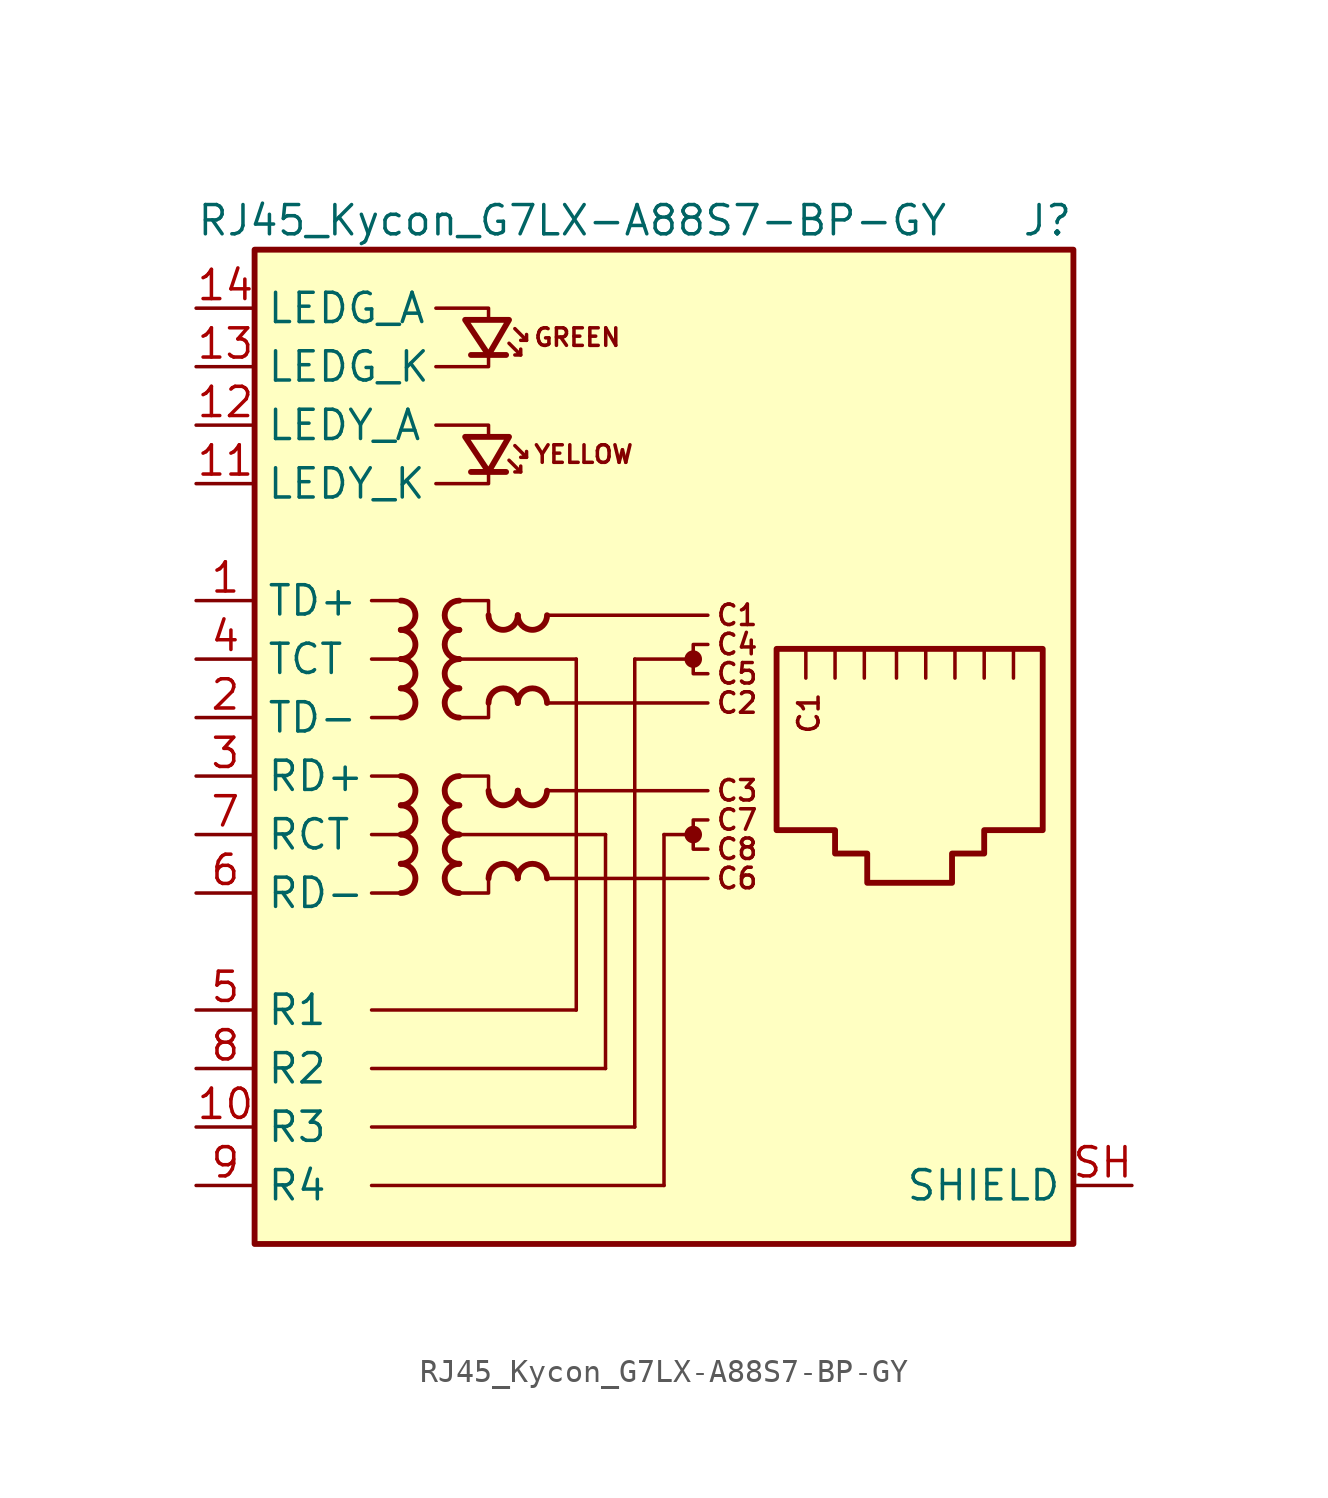
<source format=kicad_sym>
(kicad_symbol_lib
  (version 20241209)
  (generator "kicad_symbol_editor")
  (generator_version "9.0")
  (symbol "RJ45_Kycon_G7LX-A88S7-BP-GY"
    (property "Reference" "J"
      (at 17.78 24.13 0)
      (effects (font (size 1.27 1.27)) (justify right)))
    (property "Value" "RJ45_Kycon_G7LX-A88S7-BP-GY"
      (at -20.32 24.13 0)
      (effects (font (size 1.27 1.27)) (justify left)))
    (symbol "RJ45_Kycon_G7LX-A88S7-BP-GY_0_0"
      (polyline (pts (xy -9.906 20.32) (xy -7.62 20.32) (xy -7.62 19.812)) (stroke (width 0) (type default)) (fill (type none)))
      (polyline (pts (xy -9.906 15.24) (xy -7.62 15.24) (xy -7.62 14.732)) (stroke (width 0) (type default)) (fill (type none)))
      (polyline (pts (xy -9.906 12.7) (xy -7.62 12.7) (xy -7.62 13.335)) (stroke (width 0) (type default)) (fill (type none)))
      (polyline (pts (xy -7.62 18.415) (xy -7.62 17.78) (xy -9.906 17.78)) (stroke (width 0) (type default)) (fill (type none)))
      (polyline (pts (xy -3.81 5.08) (xy -3.81 -10.16)) (stroke (width 0) (type default)) (fill (type none)))
      (polyline (pts (xy -2.54 -12.7) (xy -2.54 -2.54)) (stroke (width 0) (type default)) (fill (type none)))
      (polyline (pts (xy -1.27 -15.24) (xy -1.27 5.08)) (stroke (width 0) (type default)) (fill (type none)))
      (polyline (pts (xy 0 -17.78) (xy 0 -2.54)) (stroke (width 0) (type default)) (fill (type none)))
      (polyline (pts (xy 1.27 5.08) (xy -1.27 5.08)) (stroke (width 0) (type default)) (fill (type none)))
      (circle (center 1.27 5.08) (radius 0.254) (stroke (width 0.254) (type default)) (fill (type outline)))
      (polyline (pts (xy 1.27 -2.54) (xy 0 -2.54)) (stroke (width 0) (type default)) (fill (type none)))
      (circle (center 1.27 -2.54) (radius 0.254) (stroke (width 0.254) (type default)) (fill (type outline)))
      (polyline (pts (xy 1.905 5.715) (xy 1.27 5.715) (xy 1.27 4.445) (xy 1.905 4.445)) (stroke (width 0) (type default)) (fill (type none)))
      (polyline (pts (xy 1.905 -1.905) (xy 1.27 -1.905) (xy 1.27 -3.175) (xy 1.905 -3.175)) (stroke (width 0) (type default)) (fill (type none)))
      (text "GREEN" (at -5.715 19.05 0) (effects (font (size 0.762 0.762)) (justify left)))
      (text "YELLOW" (at -5.715 13.97 0) (effects (font (size 0.762 0.762)) (justify left)))
      (text "C1" (at 3.175 6.985 0) (effects (font (size 0.889 0.889))))
      (text "C4" (at 3.175 5.715 0) (effects (font (size 0.889 0.889))))
      (text "C5" (at 3.175 4.445 0) (effects (font (size 0.889 0.889))))
      (text "C2" (at 3.175 3.175 0) (effects (font (size 0.889 0.889))))
      (text "C3" (at 3.175 -0.635 0) (effects (font (size 0.889 0.889))))
      (text "C7" (at 3.175 -1.905 0) (effects (font (size 0.889 0.889))))
      (text "C8" (at 3.175 -3.175 0) (effects (font (size 0.889 0.889))))
      (text "C6" (at 3.175 -4.445 0) (effects (font (size 0.889 0.889))))
      (text "C1" (at 6.287 2.731 900) (effects (font (size 0.889 0.889)))))
    (symbol "RJ45_Kycon_G7LX-A88S7-BP-GY_0_1"
      (rectangle (start -17.78 22.86) (end 17.78 -20.32) (stroke (width 0.254) (type default)) (fill (type background)))
      (polyline (pts (xy -12.7 -10.16) (xy -3.81 -10.16)) (stroke (width 0) (type default)) (fill (type none)))
      (polyline (pts (xy -12.7 -12.7) (xy -2.54 -12.7)) (stroke (width 0) (type default)) (fill (type none)))
      (polyline (pts (xy -12.7 -15.24) (xy -1.27 -15.24)) (stroke (width 0) (type default)) (fill (type none)))
      (polyline (pts (xy -12.7 -17.78) (xy 0 -17.78)) (stroke (width 0) (type default)) (fill (type none)))
      (arc (start -11.43 7.62) (mid -10.7977 6.985) (end -11.43 6.35) (stroke (width 0.254) (type default)) (fill (type none)))
      (arc (start -11.43 6.35) (mid -10.7977 5.715) (end -11.43 5.08) (stroke (width 0.254) (type default)) (fill (type none)))
      (arc (start -11.43 5.08) (mid -10.7977 4.445) (end -11.43 3.81) (stroke (width 0.254) (type default)) (fill (type none)))
      (arc (start -11.43 3.81) (mid -10.7977 3.175) (end -11.43 2.54) (stroke (width 0.254) (type default)) (fill (type none)))
      (arc (start -11.43 0) (mid -10.7977 -0.635) (end -11.43 -1.27) (stroke (width 0.254) (type default)) (fill (type none)))
      (arc (start -11.43 -1.27) (mid -10.7977 -1.905) (end -11.43 -2.54) (stroke (width 0.254) (type default)) (fill (type none)))
      (arc (start -11.43 -2.54) (mid -10.7977 -3.175) (end -11.43 -3.81) (stroke (width 0.254) (type default)) (fill (type none)))
      (arc (start -11.43 -3.81) (mid -10.7977 -4.445) (end -11.43 -5.08) (stroke (width 0.254) (type default)) (fill (type none)))
      (polyline (pts (xy -11.43 7.62) (xy -12.7 7.62)) (stroke (width 0) (type default)) (fill (type none)))
      (polyline (pts (xy -11.43 5.08) (xy -12.7 5.08)) (stroke (width 0) (type default)) (fill (type none)))
      (polyline (pts (xy -11.43 2.54) (xy -12.7 2.54)) (stroke (width 0) (type default)) (fill (type none)))
      (polyline (pts (xy -11.43 0) (xy -12.7 0)) (stroke (width 0) (type default)) (fill (type none)))
      (polyline (pts (xy -11.43 -2.54) (xy -12.7 -2.54)) (stroke (width 0) (type default)) (fill (type none)))
      (polyline (pts (xy -11.43 -5.08) (xy -12.7 -5.08)) (stroke (width 0) (type default)) (fill (type none)))
      (polyline (pts (xy -8.89 7.62) (xy -7.62 7.62) (xy -7.62 6.985)) (stroke (width 0) (type default)) (fill (type none)))
      (polyline (pts (xy -8.89 0) (xy -7.62 0) (xy -7.62 -0.635)) (stroke (width 0) (type default)) (fill (type none)))
      (arc (start -8.89 6.35) (mid -9.5223 6.985) (end -8.89 7.62) (stroke (width 0.254) (type default)) (fill (type none)))
      (arc (start -8.89 5.08) (mid -9.5223 5.715) (end -8.89 6.35) (stroke (width 0.254) (type default)) (fill (type none)))
      (arc (start -8.89 3.81) (mid -9.5223 4.445) (end -8.89 5.08) (stroke (width 0.254) (type default)) (fill (type none)))
      (arc (start -8.89 2.54) (mid -9.5223 3.175) (end -8.89 3.81) (stroke (width 0.254) (type default)) (fill (type none)))
      (arc (start -8.89 -1.27) (mid -9.5223 -0.635) (end -8.89 0) (stroke (width 0.254) (type default)) (fill (type none)))
      (arc (start -8.89 -2.54) (mid -9.5223 -1.905) (end -8.89 -1.27) (stroke (width 0.254) (type default)) (fill (type none)))
      (arc (start -8.89 -3.81) (mid -9.5223 -3.175) (end -8.89 -2.54) (stroke (width 0.254) (type default)) (fill (type none)))
      (arc (start -8.89 -5.08) (mid -9.5223 -4.445) (end -8.89 -3.81) (stroke (width 0.254) (type default)) (fill (type none)))
      (polyline (pts (xy -7.62 3.175) (xy -7.62 2.54) (xy -8.89 2.54)) (stroke (width 0) (type default)) (fill (type none)))
      (polyline (pts (xy -7.62 -4.445) (xy -7.62 -5.08) (xy -8.89 -5.08)) (stroke (width 0) (type default)) (fill (type none)))
      (arc (start -6.35 6.985) (mid -6.985 6.3527) (end -7.62 6.985) (stroke (width 0.254) (type default)) (fill (type none)))
      (arc (start -7.62 3.175) (mid -6.985 3.8073) (end -6.35 3.175) (stroke (width 0.254) (type default)) (fill (type none)))
      (arc (start -6.35 -0.635) (mid -6.985 -1.2673) (end -7.62 -0.635) (stroke (width 0.254) (type default)) (fill (type none)))
      (arc (start -7.62 -4.445) (mid -6.985 -3.8127) (end -6.35 -4.445) (stroke (width 0.254) (type default)) (fill (type none)))
      (arc (start -5.08 6.985) (mid -5.715 6.3527) (end -6.35 6.985) (stroke (width 0.254) (type default)) (fill (type none)))
      (arc (start -6.35 3.175) (mid -5.715 3.8073) (end -5.08 3.175) (stroke (width 0.254) (type default)) (fill (type none)))
      (arc (start -5.08 -0.635) (mid -5.715 -1.2673) (end -6.35 -0.635) (stroke (width 0.254) (type default)) (fill (type none)))
      (arc (start -6.35 -4.445) (mid -5.715 -3.8127) (end -5.08 -4.445) (stroke (width 0.254) (type default)) (fill (type none)))
      (polyline (pts (xy -5.08 6.985) (xy 1.905 6.985)) (stroke (width 0) (type default)) (fill (type none)))
      (polyline (pts (xy -5.08 3.175) (xy 1.905 3.175)) (stroke (width 0) (type default)) (fill (type none)))
      (polyline (pts (xy -5.08 -0.635) (xy 1.905 -0.635)) (stroke (width 0) (type default)) (fill (type none)))
      (polyline (pts (xy -5.08 -4.445) (xy 1.905 -4.445)) (stroke (width 0) (type default)) (fill (type none)))
      (polyline (pts (xy -3.81 5.08) (xy -8.89 5.08)) (stroke (width 0) (type default)) (fill (type none)))
      (polyline (pts (xy -2.54 -2.54) (xy -8.89 -2.54)) (stroke (width 0) (type default)) (fill (type none)))
      (polyline (pts (xy 6.16 4.255) (xy 6.16 5.524)) (stroke (width 0) (type default)) (fill (type none)))
      (polyline (pts (xy 7.429 5.524) (xy 7.429 4.255)) (stroke (width 0) (type default)) (fill (type none)))
      (polyline (pts (xy 8.7 5.524) (xy 8.7 4.255)) (stroke (width 0) (type default)) (fill (type none)))
      (polyline (pts (xy 10.097 5.524) (xy 10.097 4.255)) (stroke (width 0) (type default)) (fill (type none)))
      (polyline (pts (xy 11.367 5.524) (xy 11.367 4.255)) (stroke (width 0) (type default)) (fill (type none)))
      (polyline (pts (xy 12.636 5.524) (xy 12.636 4.255)) (stroke (width 0) (type default)) (fill (type none)))
      (polyline (pts (xy 13.906 4.255) (xy 13.906 5.524)) (stroke (width 0) (type default)) (fill (type none)))
      (polyline (pts (xy 15.177 4.255) (xy 15.177 5.524)) (stroke (width 0) (type default)) (fill (type none))))
    (symbol "RJ45_Kycon_G7LX-A88S7-BP-GY_1_1"
      (polyline (pts (xy -6.858 18.288) (xy -8.382 18.288)) (stroke (width 0.254) (type default)) (fill (type none)))
      (polyline (pts (xy -6.858 13.208) (xy -8.382 13.208)) (stroke (width 0.254) (type default)) (fill (type none)))
      (polyline (pts (xy -6.731 19.812) (xy -8.636 19.812) (xy -7.62 18.288) (xy -6.731 19.812)) (stroke (width 0.254) (type default)) (fill (type none)))
      (polyline (pts (xy -6.731 18.796) (xy -6.223 18.288) (xy -6.477 18.288)) (stroke (width 0) (type default)) (fill (type none)))
      (polyline (pts (xy -6.731 14.732) (xy -8.636 14.732) (xy -7.62 13.208) (xy -6.731 14.732)) (stroke (width 0.254) (type default)) (fill (type none)))
      (polyline (pts (xy -6.731 13.716) (xy -6.223 13.208) (xy -6.477 13.208)) (stroke (width 0) (type default)) (fill (type none)))
      (polyline (pts (xy -6.477 19.431) (xy -5.969 18.923) (xy -6.223 18.923)) (stroke (width 0) (type default)) (fill (type none)))
      (polyline (pts (xy -6.477 14.351) (xy -5.969 13.843) (xy -6.223 13.843)) (stroke (width 0) (type default)) (fill (type none)))
      (polyline (pts (xy -6.223 18.288) (xy -6.223 18.542)) (stroke (width 0) (type default)) (fill (type none)))
      (polyline (pts (xy -6.223 13.208) (xy -6.223 13.462)) (stroke (width 0) (type default)) (fill (type none)))
      (polyline (pts (xy -5.969 18.923) (xy -5.969 19.177)) (stroke (width 0) (type default)) (fill (type none)))
      (polyline (pts (xy -5.969 13.843) (xy -5.969 14.097)) (stroke (width 0) (type default)) (fill (type none)))
      (polyline (pts (xy 4.889 5.524) (xy 16.447 5.524) (xy 16.447 -2.349) (xy 13.906 -2.349) (xy 13.906 -3.365) (xy 12.509 -3.365) (xy 12.509 -4.636) (xy 8.826 -4.636) (xy 8.826 -3.365) (xy 7.429 -3.365) (xy 7.429 -2.349) (xy 4.889 -2.349) (xy 4.889 5.524)) (stroke (width 0.254) (type default)) (fill (type none)))
      (pin passive line (at -20.32 20.32 0) (length 2.54) (name "LEDG_A" (effects (font (size 1.27 1.27)))) (number "14" (effects (font (size 1.27 1.27)))))
      (pin passive line (at -20.32 17.78 0) (length 2.54) (name "LEDG_K" (effects (font (size 1.27 1.27)))) (number "13" (effects (font (size 1.27 1.27)))))
      (pin passive line (at -20.32 15.24 0) (length 2.54) (name "LEDY_A" (effects (font (size 1.27 1.27)))) (number "12" (effects (font (size 1.27 1.27)))))
      (pin passive line (at -20.32 12.7 0) (length 2.54) (name "LEDY_K" (effects (font (size 1.27 1.27)))) (number "11" (effects (font (size 1.27 1.27)))))
      (pin passive line (at -20.32 7.62 0) (length 2.54) (name "TD+" (effects (font (size 1.27 1.27)))) (number "1" (effects (font (size 1.27 1.27)))))
      (pin passive line (at -20.32 5.08 0) (length 2.54) (name "TCT" (effects (font (size 1.27 1.27)))) (number "4" (effects (font (size 1.27 1.27)))))
      (pin passive line (at -20.32 2.54 0) (length 2.54) (name "TD-" (effects (font (size 1.27 1.27)))) (number "2" (effects (font (size 1.27 1.27)))))
      (pin passive line (at -20.32 0 0) (length 2.54) (name "RD+" (effects (font (size 1.27 1.27)))) (number "3" (effects (font (size 1.27 1.27)))))
      (pin passive line (at -20.32 -2.54 0) (length 2.54) (name "RCT" (effects (font (size 1.27 1.27)))) (number "7" (effects (font (size 1.27 1.27)))))
      (pin passive line (at -20.32 -5.08 0) (length 2.54) (name "RD-" (effects (font (size 1.27 1.27)))) (number "6" (effects (font (size 1.27 1.27)))))
      (pin passive line (at -20.32 -10.16 0) (length 2.54) (name "R1" (effects (font (size 1.27 1.27)))) (number "5" (effects (font (size 1.27 1.27)))))
      (pin passive line (at -20.32 -12.7 0) (length 2.54) (name "R2" (effects (font (size 1.27 1.27)))) (number "8" (effects (font (size 1.27 1.27)))))
      (pin passive line (at -20.32 -15.24 0) (length 2.54) (name "R3" (effects (font (size 1.27 1.27)))) (number "10" (effects (font (size 1.27 1.27)))))
      (pin passive line (at -20.32 -17.78 0) (length 2.54) (name "R4" (effects (font (size 1.27 1.27)))) (number "9" (effects (font (size 1.27 1.27)))))
      (pin passive line (at 20.32 -17.78 180) (length 2.54) (name "SHIELD" (effects (font (size 1.27 1.27)))) (number "SH" (effects (font (size 1.27 1.27))))))))
</source>
